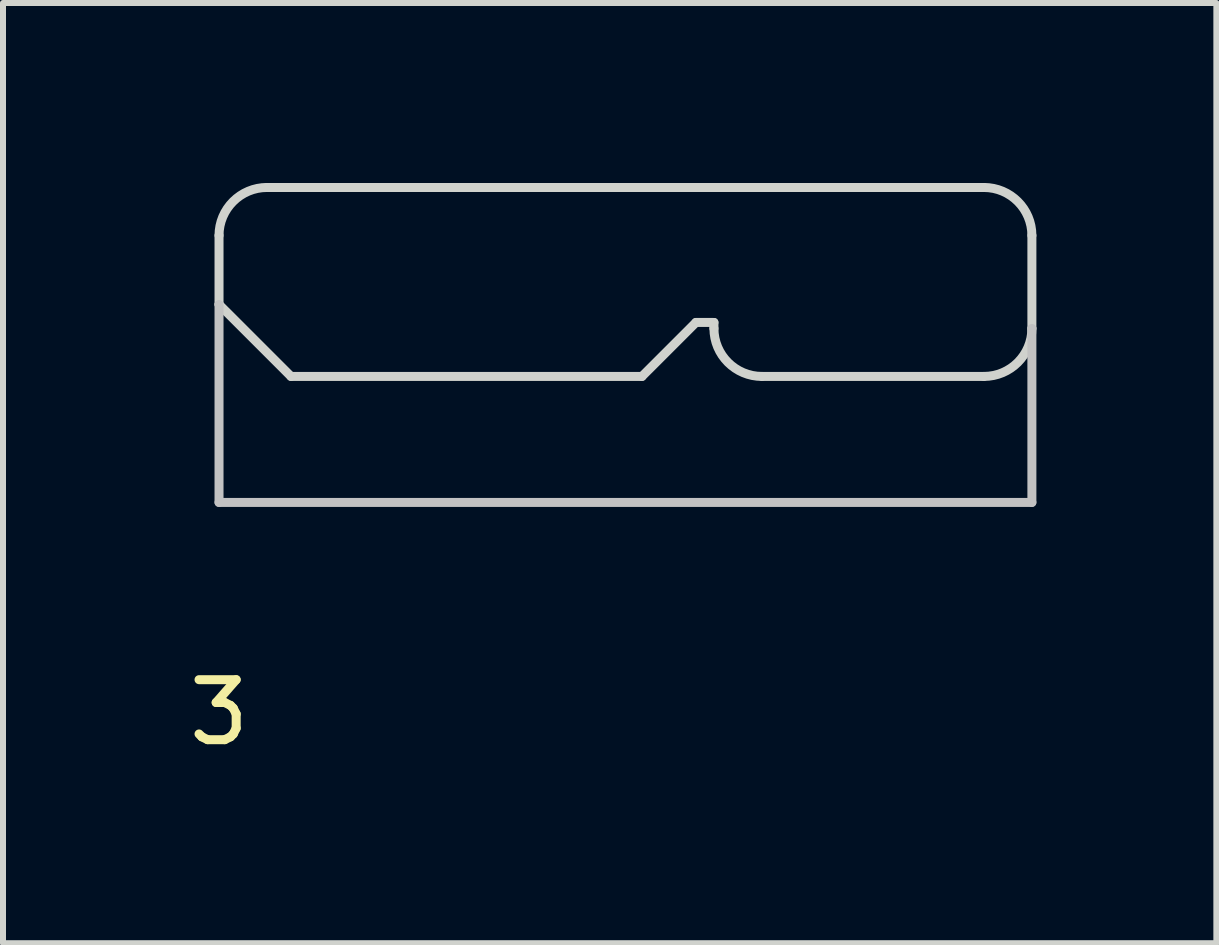
<source format=kicad_pcb>
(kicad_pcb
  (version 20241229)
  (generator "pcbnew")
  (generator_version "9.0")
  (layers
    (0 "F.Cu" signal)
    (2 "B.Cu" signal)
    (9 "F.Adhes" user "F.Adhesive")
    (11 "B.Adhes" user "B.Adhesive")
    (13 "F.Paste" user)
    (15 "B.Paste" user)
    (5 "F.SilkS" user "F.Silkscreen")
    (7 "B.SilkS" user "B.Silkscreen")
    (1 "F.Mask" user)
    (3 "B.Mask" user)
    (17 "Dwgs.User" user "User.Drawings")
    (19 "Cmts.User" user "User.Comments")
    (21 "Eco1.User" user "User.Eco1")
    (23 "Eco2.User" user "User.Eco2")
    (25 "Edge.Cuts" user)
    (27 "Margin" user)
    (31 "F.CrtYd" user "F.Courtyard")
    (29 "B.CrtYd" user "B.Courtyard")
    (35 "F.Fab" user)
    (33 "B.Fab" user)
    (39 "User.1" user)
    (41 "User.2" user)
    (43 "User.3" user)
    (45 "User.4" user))
  (footprint "3"
    (layer "F.Cu")
    (at 0.601 5.325)
    (property "Reference" "3" (at 0 3.5 0) (layer "F.SilkS") (effects (font (size 1 1) (thickness 0.15))))
    (attr through_hole)
    (fp_line (start 0 -3.3) (end 0 0) (stroke (width 0.15) (type solid)) (layer "Dwgs.User"))
    (fp_line (start 0 0) (end 13.55 0) (stroke (width 0.15) (type solid)) (layer "Dwgs.User"))
    (fp_line (start 13.55 -2.9) (end 13.55 0) (stroke (width 0.15) (type solid)) (layer "Dwgs.User"))
    (fp_line (start 0 -4.45) (end 0 -3.3) (stroke (width 0.15) (type solid)) (layer "Edge.Cuts"))
    (fp_line (start 1.2 -2.1) (end 0 -3.3) (stroke (width 0.15) (type solid)) (layer "Edge.Cuts"))
    (fp_line (start 7.05 -2.1) (end 1.2 -2.1) (stroke (width 0.15) (type solid)) (layer "Edge.Cuts"))
    (fp_line (start 7.95 -3) (end 7.05 -2.1) (stroke (width 0.15) (type solid)) (layer "Edge.Cuts"))
    (fp_line (start 7.95 -3) (end 8.25 -3) (stroke (width 0.15) (type solid)) (layer "Edge.Cuts"))
    (fp_line (start 8.25 -2.9) (end 8.25 -3) (stroke (width 0.15) (type solid)) (layer "Edge.Cuts"))
    (fp_line (start 9.05 -2.1) (end 12.75 -2.1) (stroke (width 0.15) (type solid)) (layer "Edge.Cuts"))
    (fp_line (start 12.75 -5.25) (end 0.8 -5.25) (stroke (width 0.15) (type solid)) (layer "Edge.Cuts"))
    (fp_line (start 13.55 -4.45) (end 13.55 -2.9) (stroke (width 0.15) (type solid)) (layer "Edge.Cuts"))
    (fp_arc (start 0 -4.45) (mid 0.234315 -5.015685) (end 0.8 -5.25) (stroke (width 0.15) (type solid)) (layer "Edge.Cuts"))
    (fp_arc (start 9.05 -2.1) (mid 8.484315 -2.334315) (end 8.25 -2.9) (stroke (width 0.15) (type solid)) (layer "Edge.Cuts"))
    (fp_arc (start 12.75 -5.25) (mid 13.315685 -5.015685) (end 13.55 -4.45) (stroke (width 0.15) (type solid)) (layer "Edge.Cuts"))
    (fp_arc (start 13.55 -2.9) (mid 13.315685 -2.334315) (end 12.75 -2.1) (stroke (width 0.15) (type solid)) (layer "Edge.Cuts")))
  (gr_rect
    (start -3 -3)
    (end 17.226 12.673)
    (stroke (width 0.1) (type default))
    (fill no)
    (layer "Edge.Cuts")))
</source>
